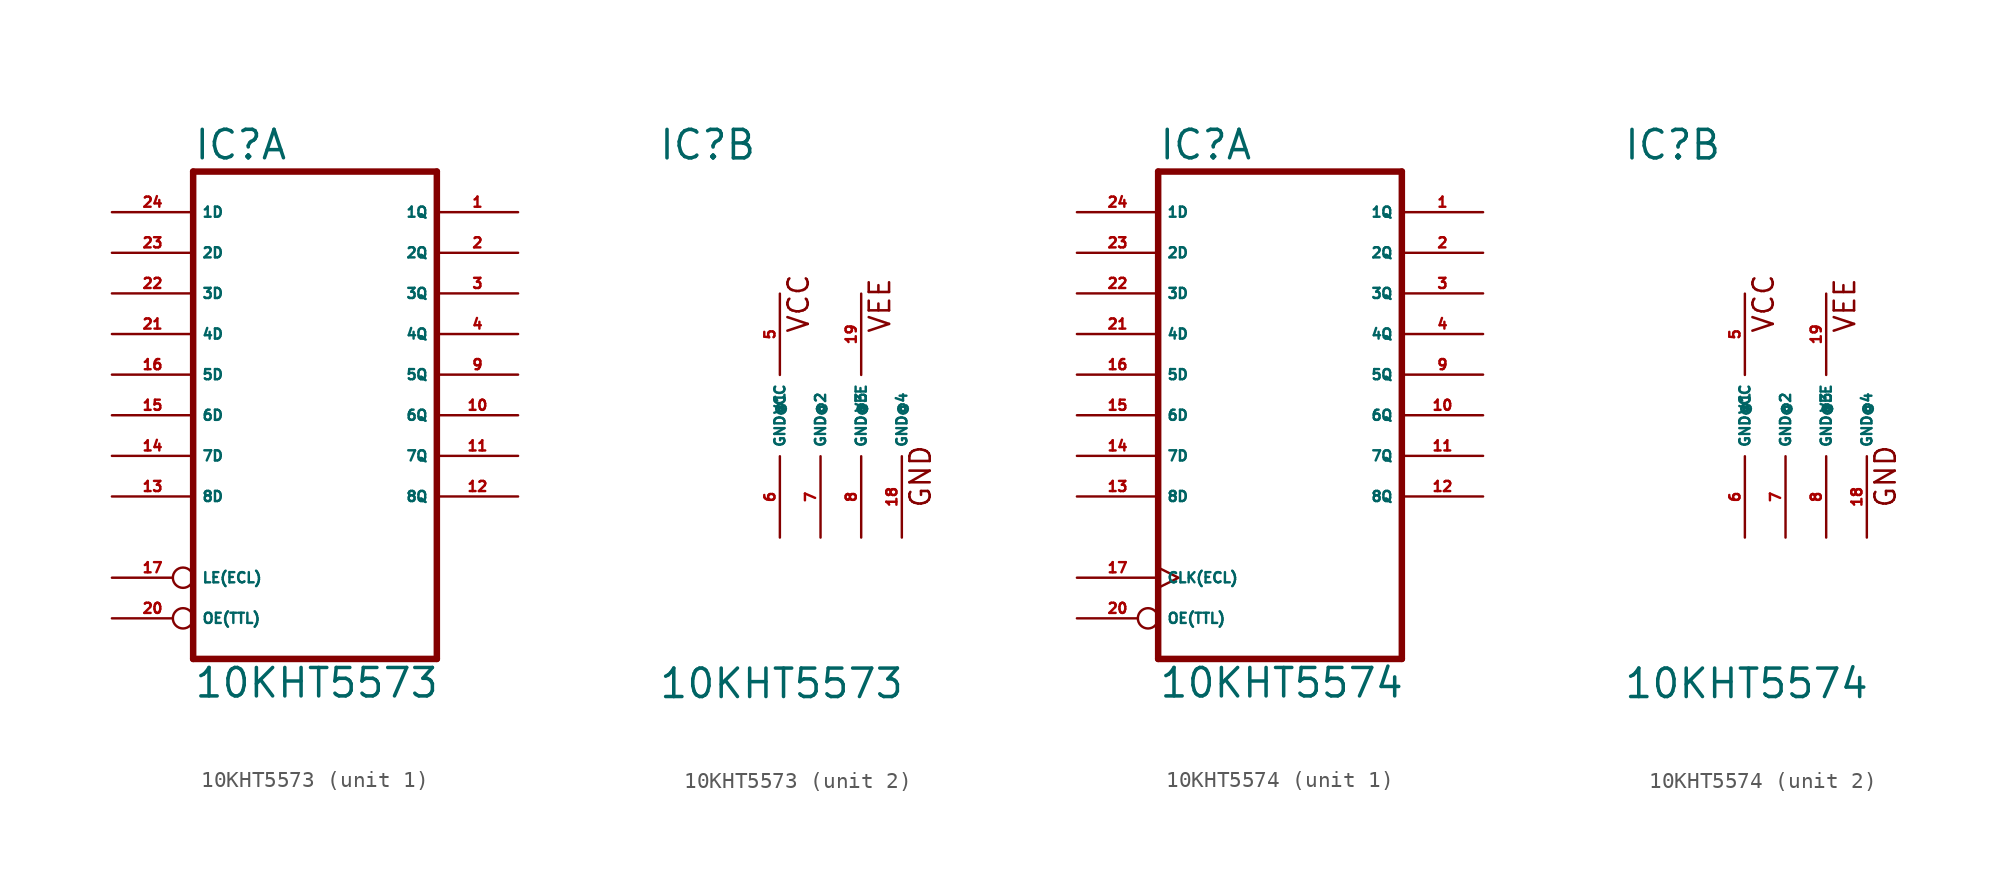
<source format=kicad_sym>
(kicad_symbol_lib
  (version 20220914)
  (generator Eagle2Kicad)
  (symbol "10KHT5573"
    (property "Reference" "IC"
      (at -10.16 15.875 0)
      (effects (font (size 1.778 1.778) (thickness 0.22)) (justify left bottom)))
    (property "Value" "10KHT5573"
      (at -10.16 -17.78 0)
      (effects (font (size 1.778 1.778) (thickness 0.22)) (justify left bottom)))
    (symbol "10KHT5573_1_0"
      (polyline (pts (xy -10.16 -15.24) (xy 5.08 -15.24)) (stroke (width 0.406) (type default)) (fill (type none)))
      (polyline (pts (xy -10.16 15.24) (xy 5.08 15.24)) (stroke (width 0.406) (type default)) (fill (type none)))
      (polyline (pts (xy 5.08 15.24) (xy 5.08 -15.24)) (stroke (width 0.406) (type default)) (fill (type none)))
      (polyline (pts (xy -10.16 15.24) (xy -10.16 -15.24)) (stroke (width 0.406) (type default)) (fill (type none)))
      (pin input inverted (at -15.24 -10.16 0) (length 5.08) (name "LE(ECL)" (effects (font (size 0.635 0.635) (thickness 0.08)) (justify left bottom))) (number "17" (effects (font (size 0.635 0.635) (thickness 0.08)) (justify left bottom))))
      (pin input inverted (at -15.24 -12.7 0) (length 5.08) (name "OE(TTL)" (effects (font (size 0.635 0.635) (thickness 0.08)) (justify left bottom))) (number "20" (effects (font (size 0.635 0.635) (thickness 0.08)) (justify left bottom))))
      (pin input line (at -15.24 12.7 0) (length 5.08) (name "1D" (effects (font (size 0.635 0.635) (thickness 0.08)) (justify left bottom))) (number "24" (effects (font (size 0.635 0.635) (thickness 0.08)) (justify left bottom))))
      (pin input line (at -15.24 10.16 0) (length 5.08) (name "2D" (effects (font (size 0.635 0.635) (thickness 0.08)) (justify left bottom))) (number "23" (effects (font (size 0.635 0.635) (thickness 0.08)) (justify left bottom))))
      (pin input line (at -15.24 7.62 0) (length 5.08) (name "3D" (effects (font (size 0.635 0.635) (thickness 0.08)) (justify left bottom))) (number "22" (effects (font (size 0.635 0.635) (thickness 0.08)) (justify left bottom))))
      (pin input line (at -15.24 5.08 0) (length 5.08) (name "4D" (effects (font (size 0.635 0.635) (thickness 0.08)) (justify left bottom))) (number "21" (effects (font (size 0.635 0.635) (thickness 0.08)) (justify left bottom))))
      (pin input line (at -15.24 2.54 0) (length 5.08) (name "5D" (effects (font (size 0.635 0.635) (thickness 0.08)) (justify left bottom))) (number "16" (effects (font (size 0.635 0.635) (thickness 0.08)) (justify left bottom))))
      (pin input line (at -15.24 0 0) (length 5.08) (name "6D" (effects (font (size 0.635 0.635) (thickness 0.08)) (justify left bottom))) (number "15" (effects (font (size 0.635 0.635) (thickness 0.08)) (justify left bottom))))
      (pin input line (at -15.24 -2.54 0) (length 5.08) (name "7D" (effects (font (size 0.635 0.635) (thickness 0.08)) (justify left bottom))) (number "14" (effects (font (size 0.635 0.635) (thickness 0.08)) (justify left bottom))))
      (pin input line (at -15.24 -5.08 0) (length 5.08) (name "8D" (effects (font (size 0.635 0.635) (thickness 0.08)) (justify left bottom))) (number "13" (effects (font (size 0.635 0.635) (thickness 0.08)) (justify left bottom))))
      (pin tri_state line (at 10.16 12.7 180) (length 5.08) (name "1Q" (effects (font (size 0.635 0.635) (thickness 0.08)) (justify left bottom))) (number "1" (effects (font (size 0.635 0.635) (thickness 0.08)) (justify left bottom))))
      (pin tri_state line (at 10.16 10.16 180) (length 5.08) (name "2Q" (effects (font (size 0.635 0.635) (thickness 0.08)) (justify left bottom))) (number "2" (effects (font (size 0.635 0.635) (thickness 0.08)) (justify left bottom))))
      (pin tri_state line (at 10.16 7.62 180) (length 5.08) (name "3Q" (effects (font (size 0.635 0.635) (thickness 0.08)) (justify left bottom))) (number "3" (effects (font (size 0.635 0.635) (thickness 0.08)) (justify left bottom))))
      (pin tri_state line (at 10.16 5.08 180) (length 5.08) (name "4Q" (effects (font (size 0.635 0.635) (thickness 0.08)) (justify left bottom))) (number "4" (effects (font (size 0.635 0.635) (thickness 0.08)) (justify left bottom))))
      (pin tri_state line (at 10.16 2.54 180) (length 5.08) (name "5Q" (effects (font (size 0.635 0.635) (thickness 0.08)) (justify left bottom))) (number "9" (effects (font (size 0.635 0.635) (thickness 0.08)) (justify left bottom))))
      (pin tri_state line (at 10.16 0 180) (length 5.08) (name "6Q" (effects (font (size 0.635 0.635) (thickness 0.08)) (justify left bottom))) (number "10" (effects (font (size 0.635 0.635) (thickness 0.08)) (justify left bottom))))
      (pin tri_state line (at 10.16 -2.54 180) (length 5.08) (name "7Q" (effects (font (size 0.635 0.635) (thickness 0.08)) (justify left bottom))) (number "11" (effects (font (size 0.635 0.635) (thickness 0.08)) (justify left bottom))))
      (pin tri_state line (at 10.16 -5.08 180) (length 5.08) (name "8Q" (effects (font (size 0.635 0.635) (thickness 0.08)) (justify left bottom))) (number "12" (effects (font (size 0.635 0.635) (thickness 0.08)) (justify left bottom)))))
    (symbol "10KHT5573_2_0"
      (text "VCC" (at -0.635 5.08 900) (effects (font (size 1.27 1.27) (thickness 0.16)) (justify left bottom)))
      (text "GND" (at 6.985 -5.842 900) (effects (font (size 1.27 1.27) (thickness 0.16)) (justify left bottom)))
      (text "VEE" (at 4.445 5.08 900) (effects (font (size 1.27 1.27) (thickness 0.16)) (justify left bottom)))
      (pin unspecified line (at -2.54 -7.62 90) (length 5.08) (name "GND@1" (effects (font (size 0.635 0.635) (thickness 0.08)) (justify left bottom))) (number "6" (effects (font (size 0.635 0.635) (thickness 0.08)) (justify left bottom))))
      (pin unspecified line (at 0 -7.62 90) (length 5.08) (name "GND@2" (effects (font (size 0.635 0.635) (thickness 0.08)) (justify left bottom))) (number "7" (effects (font (size 0.635 0.635) (thickness 0.08)) (justify left bottom))))
      (pin unspecified line (at 2.54 -7.62 90) (length 5.08) (name "GND@3" (effects (font (size 0.635 0.635) (thickness 0.08)) (justify left bottom))) (number "8" (effects (font (size 0.635 0.635) (thickness 0.08)) (justify left bottom))))
      (pin unspecified line (at 5.08 -7.62 90) (length 5.08) (name "GND@4" (effects (font (size 0.635 0.635) (thickness 0.08)) (justify left bottom))) (number "18" (effects (font (size 0.635 0.635) (thickness 0.08)) (justify left bottom))))
      (pin unspecified line (at -2.54 7.62 270) (length 5.08) (name "VCC" (effects (font (size 0.635 0.635) (thickness 0.08)) (justify left bottom))) (number "5" (effects (font (size 0.635 0.635) (thickness 0.08)) (justify left bottom))))
      (pin unspecified line (at 2.54 7.62 270) (length 5.08) (name "VEE" (effects (font (size 0.635 0.635) (thickness 0.08)) (justify left bottom))) (number "19" (effects (font (size 0.635 0.635) (thickness 0.08)) (justify left bottom))))))
  (symbol "10KHT5574"
    (property "Reference" "IC"
      (at -10.16 15.875 0)
      (effects (font (size 1.778 1.778) (thickness 0.22)) (justify left bottom)))
    (property "Value" "10KHT5574"
      (at -10.16 -17.78 0)
      (effects (font (size 1.778 1.778) (thickness 0.22)) (justify left bottom)))
    (symbol "10KHT5574_1_0"
      (polyline (pts (xy -10.16 -15.24) (xy 5.08 -15.24)) (stroke (width 0.406) (type default)) (fill (type none)))
      (polyline (pts (xy -10.16 15.24) (xy 5.08 15.24)) (stroke (width 0.406) (type default)) (fill (type none)))
      (polyline (pts (xy 5.08 15.24) (xy 5.08 -15.24)) (stroke (width 0.406) (type default)) (fill (type none)))
      (polyline (pts (xy -10.16 15.24) (xy -10.16 -15.24)) (stroke (width 0.406) (type default)) (fill (type none)))
      (pin input clock (at -15.24 -10.16 0) (length 5.08) (name "CLK(ECL)" (effects (font (size 0.635 0.635) (thickness 0.08)) (justify left bottom))) (number "17" (effects (font (size 0.635 0.635) (thickness 0.08)) (justify left bottom))))
      (pin input inverted (at -15.24 -12.7 0) (length 5.08) (name "OE(TTL)" (effects (font (size 0.635 0.635) (thickness 0.08)) (justify left bottom))) (number "20" (effects (font (size 0.635 0.635) (thickness 0.08)) (justify left bottom))))
      (pin input line (at -15.24 12.7 0) (length 5.08) (name "1D" (effects (font (size 0.635 0.635) (thickness 0.08)) (justify left bottom))) (number "24" (effects (font (size 0.635 0.635) (thickness 0.08)) (justify left bottom))))
      (pin input line (at -15.24 10.16 0) (length 5.08) (name "2D" (effects (font (size 0.635 0.635) (thickness 0.08)) (justify left bottom))) (number "23" (effects (font (size 0.635 0.635) (thickness 0.08)) (justify left bottom))))
      (pin input line (at -15.24 7.62 0) (length 5.08) (name "3D" (effects (font (size 0.635 0.635) (thickness 0.08)) (justify left bottom))) (number "22" (effects (font (size 0.635 0.635) (thickness 0.08)) (justify left bottom))))
      (pin input line (at -15.24 5.08 0) (length 5.08) (name "4D" (effects (font (size 0.635 0.635) (thickness 0.08)) (justify left bottom))) (number "21" (effects (font (size 0.635 0.635) (thickness 0.08)) (justify left bottom))))
      (pin input line (at -15.24 2.54 0) (length 5.08) (name "5D" (effects (font (size 0.635 0.635) (thickness 0.08)) (justify left bottom))) (number "16" (effects (font (size 0.635 0.635) (thickness 0.08)) (justify left bottom))))
      (pin input line (at -15.24 0 0) (length 5.08) (name "6D" (effects (font (size 0.635 0.635) (thickness 0.08)) (justify left bottom))) (number "15" (effects (font (size 0.635 0.635) (thickness 0.08)) (justify left bottom))))
      (pin input line (at -15.24 -2.54 0) (length 5.08) (name "7D" (effects (font (size 0.635 0.635) (thickness 0.08)) (justify left bottom))) (number "14" (effects (font (size 0.635 0.635) (thickness 0.08)) (justify left bottom))))
      (pin input line (at -15.24 -5.08 0) (length 5.08) (name "8D" (effects (font (size 0.635 0.635) (thickness 0.08)) (justify left bottom))) (number "13" (effects (font (size 0.635 0.635) (thickness 0.08)) (justify left bottom))))
      (pin tri_state line (at 10.16 12.7 180) (length 5.08) (name "1Q" (effects (font (size 0.635 0.635) (thickness 0.08)) (justify left bottom))) (number "1" (effects (font (size 0.635 0.635) (thickness 0.08)) (justify left bottom))))
      (pin tri_state line (at 10.16 10.16 180) (length 5.08) (name "2Q" (effects (font (size 0.635 0.635) (thickness 0.08)) (justify left bottom))) (number "2" (effects (font (size 0.635 0.635) (thickness 0.08)) (justify left bottom))))
      (pin tri_state line (at 10.16 7.62 180) (length 5.08) (name "3Q" (effects (font (size 0.635 0.635) (thickness 0.08)) (justify left bottom))) (number "3" (effects (font (size 0.635 0.635) (thickness 0.08)) (justify left bottom))))
      (pin tri_state line (at 10.16 5.08 180) (length 5.08) (name "4Q" (effects (font (size 0.635 0.635) (thickness 0.08)) (justify left bottom))) (number "4" (effects (font (size 0.635 0.635) (thickness 0.08)) (justify left bottom))))
      (pin tri_state line (at 10.16 2.54 180) (length 5.08) (name "5Q" (effects (font (size 0.635 0.635) (thickness 0.08)) (justify left bottom))) (number "9" (effects (font (size 0.635 0.635) (thickness 0.08)) (justify left bottom))))
      (pin tri_state line (at 10.16 0 180) (length 5.08) (name "6Q" (effects (font (size 0.635 0.635) (thickness 0.08)) (justify left bottom))) (number "10" (effects (font (size 0.635 0.635) (thickness 0.08)) (justify left bottom))))
      (pin tri_state line (at 10.16 -2.54 180) (length 5.08) (name "7Q" (effects (font (size 0.635 0.635) (thickness 0.08)) (justify left bottom))) (number "11" (effects (font (size 0.635 0.635) (thickness 0.08)) (justify left bottom))))
      (pin tri_state line (at 10.16 -5.08 180) (length 5.08) (name "8Q" (effects (font (size 0.635 0.635) (thickness 0.08)) (justify left bottom))) (number "12" (effects (font (size 0.635 0.635) (thickness 0.08)) (justify left bottom)))))
    (symbol "10KHT5574_2_0"
      (text "VCC" (at -0.635 5.08 900) (effects (font (size 1.27 1.27) (thickness 0.16)) (justify left bottom)))
      (text "GND" (at 6.985 -5.842 900) (effects (font (size 1.27 1.27) (thickness 0.16)) (justify left bottom)))
      (text "VEE" (at 4.445 5.08 900) (effects (font (size 1.27 1.27) (thickness 0.16)) (justify left bottom)))
      (pin unspecified line (at -2.54 -7.62 90) (length 5.08) (name "GND@1" (effects (font (size 0.635 0.635) (thickness 0.08)) (justify left bottom))) (number "6" (effects (font (size 0.635 0.635) (thickness 0.08)) (justify left bottom))))
      (pin unspecified line (at 0 -7.62 90) (length 5.08) (name "GND@2" (effects (font (size 0.635 0.635) (thickness 0.08)) (justify left bottom))) (number "7" (effects (font (size 0.635 0.635) (thickness 0.08)) (justify left bottom))))
      (pin unspecified line (at 2.54 -7.62 90) (length 5.08) (name "GND@3" (effects (font (size 0.635 0.635) (thickness 0.08)) (justify left bottom))) (number "8" (effects (font (size 0.635 0.635) (thickness 0.08)) (justify left bottom))))
      (pin unspecified line (at 5.08 -7.62 90) (length 5.08) (name "GND@4" (effects (font (size 0.635 0.635) (thickness 0.08)) (justify left bottom))) (number "18" (effects (font (size 0.635 0.635) (thickness 0.08)) (justify left bottom))))
      (pin unspecified line (at -2.54 7.62 270) (length 5.08) (name "VCC" (effects (font (size 0.635 0.635) (thickness 0.08)) (justify left bottom))) (number "5" (effects (font (size 0.635 0.635) (thickness 0.08)) (justify left bottom))))
      (pin unspecified line (at 2.54 7.62 270) (length 5.08) (name "VEE" (effects (font (size 0.635 0.635) (thickness 0.08)) (justify left bottom))) (number "19" (effects (font (size 0.635 0.635) (thickness 0.08)) (justify left bottom)))))))
</source>
